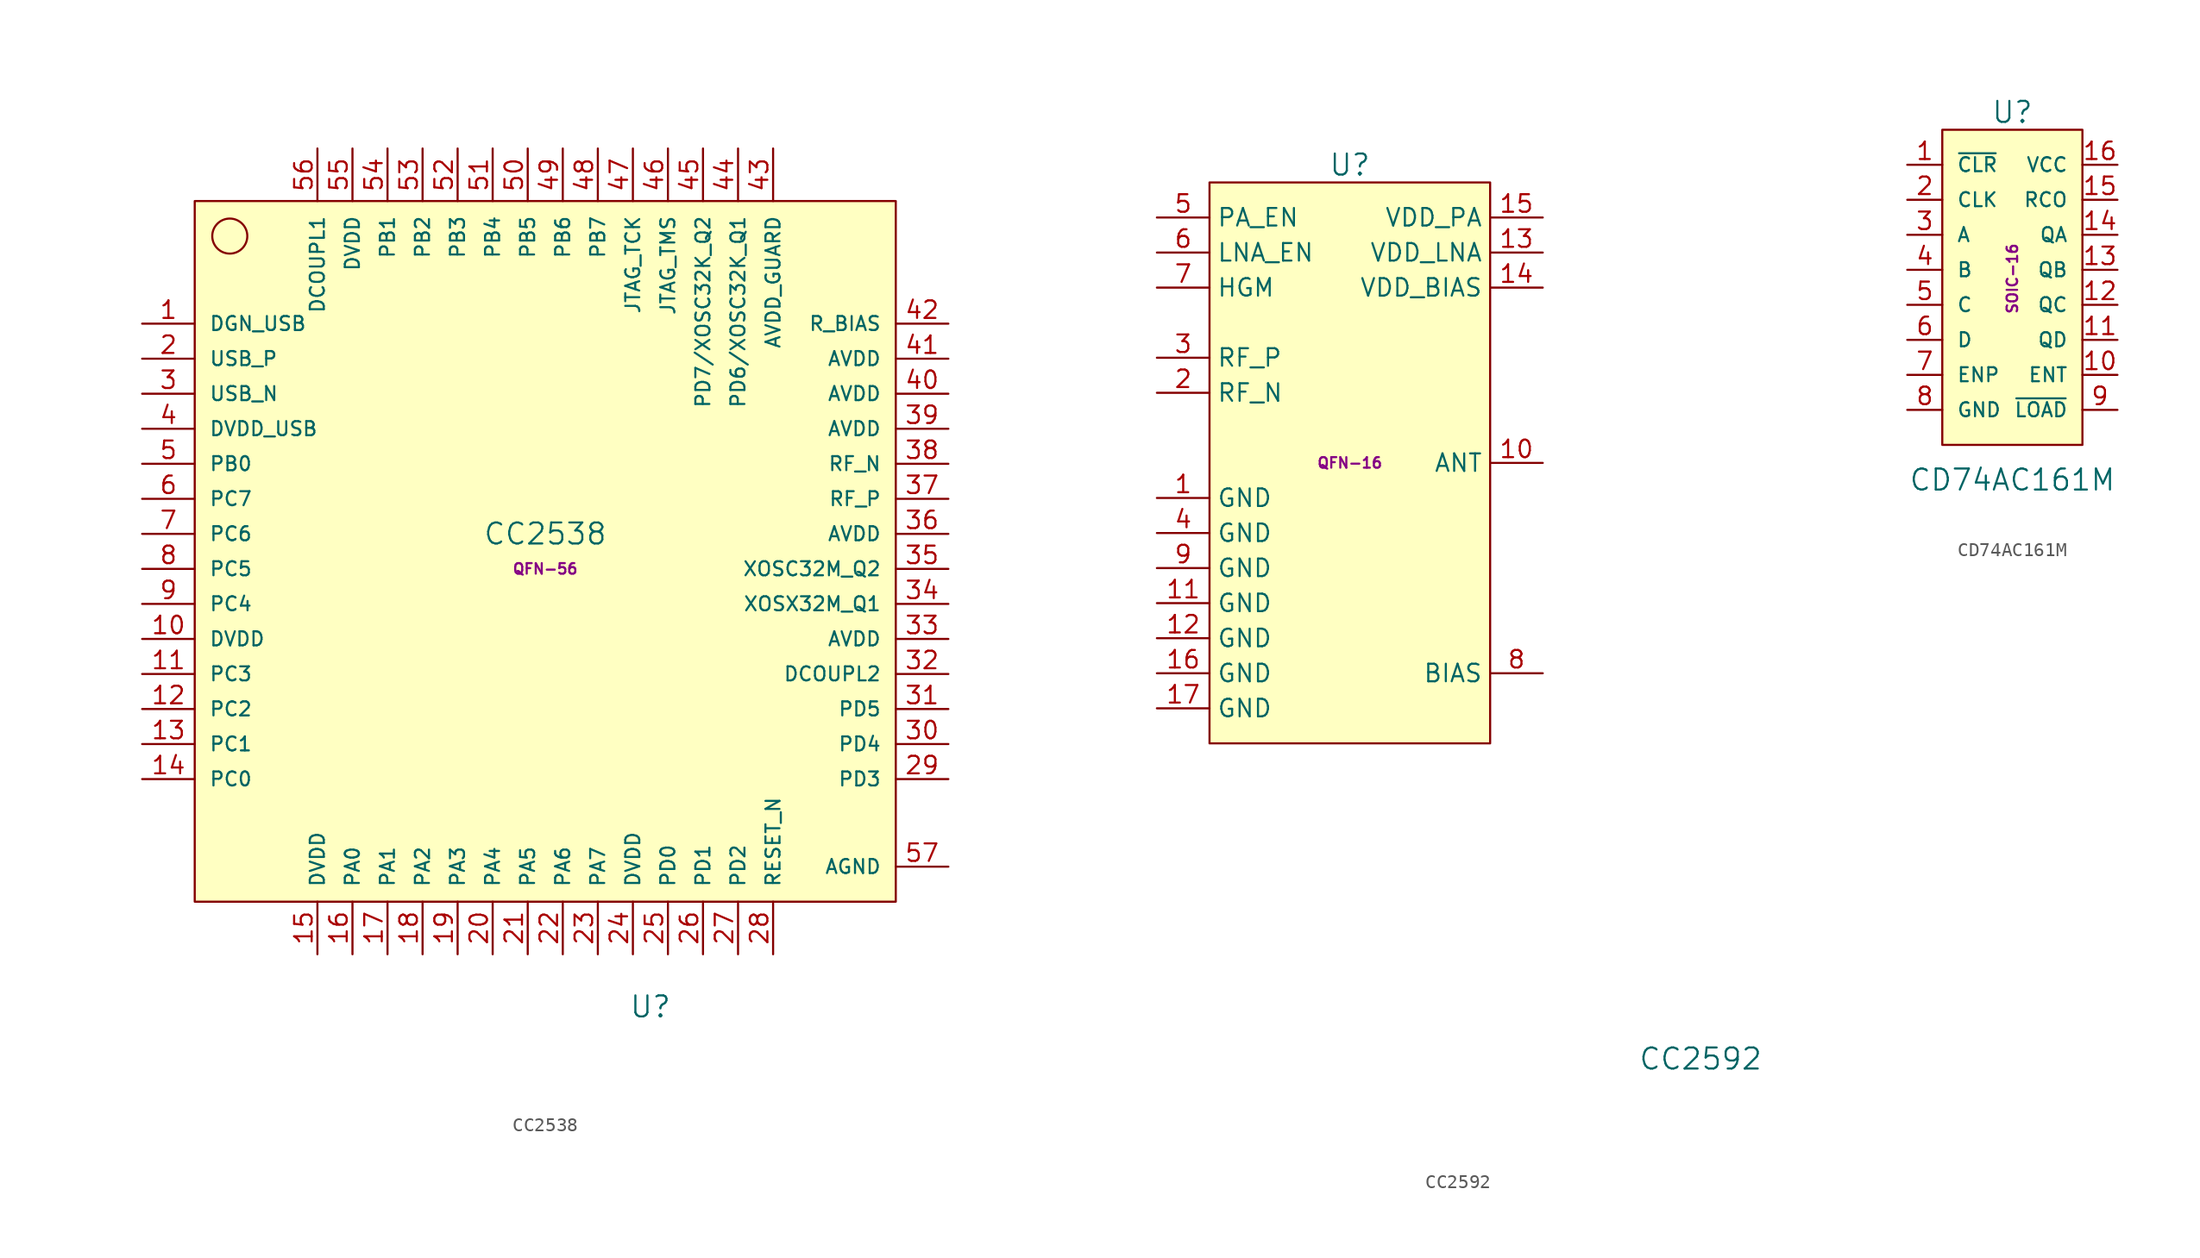
<source format=kicad_sym>
(kicad_symbol_lib
  (version 20220914)
  (generator kicad_symbol_editor)
  (symbol "CC2538"
    (pin_names
      (offset 1.016))
    (property "Reference" "U"
      (at 7.62 -33.02 0)
      (effects (font (size 1.524 1.524))))
    (property "Value" "CC2538"
      (at 0 1.27 0)
      (effects (font (size 1.524 1.524))))
    (property "Footprint" "QFN-56"
      (at 0 -1.27 0)
      (effects (font (size 0.762 0.762))))
    (property "Datasheet" ""
      (at 0 0 0)
      (effects (font (size 1.524 1.524))))
    (symbol "CC2538_0_1"
      (rectangle (start -25.4 25.4) (end 25.4 -25.4) (stroke (width 0) (type default)) (fill (type background)))
      (circle (center -22.86 22.86) (radius 1.27) (stroke (width 0) (type default)) (fill (type none))))
    (symbol "CC2538_1_1"
      (pin input line (at -29.21 16.51 0) (length 3.81) (name "DGN_USB" (effects (font (size 1.016 1.016)))) (number "1" (effects (font (size 1.27 1.27)))))
      (pin input line (at -29.21 -6.35 0) (length 3.81) (name "DVDD" (effects (font (size 1.016 1.016)))) (number "10" (effects (font (size 1.27 1.27)))))
      (pin input line (at -29.21 -8.89 0) (length 3.81) (name "PC3" (effects (font (size 1.016 1.016)))) (number "11" (effects (font (size 1.27 1.27)))))
      (pin input line (at -29.21 -11.43 0) (length 3.81) (name "PC2" (effects (font (size 1.016 1.016)))) (number "12" (effects (font (size 1.27 1.27)))))
      (pin input line (at -29.21 -13.97 0) (length 3.81) (name "PC1" (effects (font (size 1.016 1.016)))) (number "13" (effects (font (size 1.27 1.27)))))
      (pin input line (at -29.21 -16.51 0) (length 3.81) (name "PC0" (effects (font (size 1.016 1.016)))) (number "14" (effects (font (size 1.27 1.27)))))
      (pin input line (at -16.51 -29.21 90) (length 3.81) (name "DVDD" (effects (font (size 1.016 1.016)))) (number "15" (effects (font (size 1.27 1.27)))))
      (pin input line (at -13.97 -29.21 90) (length 3.81) (name "PA0" (effects (font (size 1.016 1.016)))) (number "16" (effects (font (size 1.27 1.27)))))
      (pin input line (at -11.43 -29.21 90) (length 3.81) (name "PA1" (effects (font (size 1.016 1.016)))) (number "17" (effects (font (size 1.27 1.27)))))
      (pin input line (at -8.89 -29.21 90) (length 3.81) (name "PA2" (effects (font (size 1.016 1.016)))) (number "18" (effects (font (size 1.27 1.27)))))
      (pin input line (at -6.35 -29.21 90) (length 3.81) (name "PA3" (effects (font (size 1.016 1.016)))) (number "19" (effects (font (size 1.27 1.27)))))
      (pin input line (at -29.21 13.97 0) (length 3.81) (name "USB_P" (effects (font (size 1.016 1.016)))) (number "2" (effects (font (size 1.27 1.27)))))
      (pin input line (at -3.81 -29.21 90) (length 3.81) (name "PA4" (effects (font (size 1.016 1.016)))) (number "20" (effects (font (size 1.27 1.27)))))
      (pin input line (at -1.27 -29.21 90) (length 3.81) (name "PA5" (effects (font (size 1.016 1.016)))) (number "21" (effects (font (size 1.27 1.27)))))
      (pin input line (at 1.27 -29.21 90) (length 3.81) (name "PA6" (effects (font (size 1.016 1.016)))) (number "22" (effects (font (size 1.27 1.27)))))
      (pin input line (at 3.81 -29.21 90) (length 3.81) (name "PA7" (effects (font (size 1.016 1.016)))) (number "23" (effects (font (size 1.27 1.27)))))
      (pin input line (at 6.35 -29.21 90) (length 3.81) (name "DVDD" (effects (font (size 1.016 1.016)))) (number "24" (effects (font (size 1.27 1.27)))))
      (pin input line (at 8.89 -29.21 90) (length 3.81) (name "PD0" (effects (font (size 1.016 1.016)))) (number "25" (effects (font (size 1.27 1.27)))))
      (pin input line (at 11.43 -29.21 90) (length 3.81) (name "PD1" (effects (font (size 1.016 1.016)))) (number "26" (effects (font (size 1.27 1.27)))))
      (pin input line (at 13.97 -29.21 90) (length 3.81) (name "PD2" (effects (font (size 1.016 1.016)))) (number "27" (effects (font (size 1.27 1.27)))))
      (pin input line (at 16.51 -29.21 90) (length 3.81) (name "RESET_N" (effects (font (size 1.016 1.016)))) (number "28" (effects (font (size 1.27 1.27)))))
      (pin input line (at 29.21 -16.51 180) (length 3.81) (name "PD3" (effects (font (size 1.016 1.016)))) (number "29" (effects (font (size 1.27 1.27)))))
      (pin input line (at -29.21 11.43 0) (length 3.81) (name "USB_N" (effects (font (size 1.016 1.016)))) (number "3" (effects (font (size 1.27 1.27)))))
      (pin input line (at 29.21 -13.97 180) (length 3.81) (name "PD4" (effects (font (size 1.016 1.016)))) (number "30" (effects (font (size 1.27 1.27)))))
      (pin input line (at 29.21 -11.43 180) (length 3.81) (name "PD5" (effects (font (size 1.016 1.016)))) (number "31" (effects (font (size 1.27 1.27)))))
      (pin input line (at 29.21 -8.89 180) (length 3.81) (name "DCOUPL2" (effects (font (size 1.016 1.016)))) (number "32" (effects (font (size 1.27 1.27)))))
      (pin input line (at 29.21 -6.35 180) (length 3.81) (name "AVDD" (effects (font (size 1.016 1.016)))) (number "33" (effects (font (size 1.27 1.27)))))
      (pin input line (at 29.21 -3.81 180) (length 3.81) (name "XOSX32M_Q1" (effects (font (size 1.016 1.016)))) (number "34" (effects (font (size 1.27 1.27)))))
      (pin input line (at 29.21 -1.27 180) (length 3.81) (name "XOSC32M_Q2" (effects (font (size 1.016 1.016)))) (number "35" (effects (font (size 1.27 1.27)))))
      (pin input line (at 29.21 1.27 180) (length 3.81) (name "AVDD" (effects (font (size 1.016 1.016)))) (number "36" (effects (font (size 1.27 1.27)))))
      (pin input line (at 29.21 3.81 180) (length 3.81) (name "RF_P" (effects (font (size 1.016 1.016)))) (number "37" (effects (font (size 1.27 1.27)))))
      (pin input line (at 29.21 6.35 180) (length 3.81) (name "RF_N" (effects (font (size 1.016 1.016)))) (number "38" (effects (font (size 1.27 1.27)))))
      (pin input line (at 29.21 8.89 180) (length 3.81) (name "AVDD" (effects (font (size 1.016 1.016)))) (number "39" (effects (font (size 1.27 1.27)))))
      (pin input line (at -29.21 8.89 0) (length 3.81) (name "DVDD_USB" (effects (font (size 1.016 1.016)))) (number "4" (effects (font (size 1.27 1.27)))))
      (pin input line (at 29.21 11.43 180) (length 3.81) (name "AVDD" (effects (font (size 1.016 1.016)))) (number "40" (effects (font (size 1.27 1.27)))))
      (pin input line (at 29.21 13.97 180) (length 3.81) (name "AVDD" (effects (font (size 1.016 1.016)))) (number "41" (effects (font (size 1.27 1.27)))))
      (pin input line (at 29.21 16.51 180) (length 3.81) (name "R_BIAS" (effects (font (size 1.016 1.016)))) (number "42" (effects (font (size 1.27 1.27)))))
      (pin input line (at 16.51 29.21 270) (length 3.81) (name "AVDD_GUARD" (effects (font (size 1.016 1.016)))) (number "43" (effects (font (size 1.27 1.27)))))
      (pin input line (at 13.97 29.21 270) (length 3.81) (name "PD6/XOSC32K_Q1" (effects (font (size 1.016 1.016)))) (number "44" (effects (font (size 1.27 1.27)))))
      (pin input line (at 11.43 29.21 270) (length 3.81) (name "PD7/XOSC32K_Q2" (effects (font (size 1.016 1.016)))) (number "45" (effects (font (size 1.27 1.27)))))
      (pin input line (at 8.89 29.21 270) (length 3.81) (name "JTAG_TMS" (effects (font (size 1.016 1.016)))) (number "46" (effects (font (size 1.27 1.27)))))
      (pin input line (at 6.35 29.21 270) (length 3.81) (name "JTAG_TCK" (effects (font (size 1.016 1.016)))) (number "47" (effects (font (size 1.27 1.27)))))
      (pin input line (at 3.81 29.21 270) (length 3.81) (name "PB7" (effects (font (size 1.016 1.016)))) (number "48" (effects (font (size 1.27 1.27)))))
      (pin input line (at 1.27 29.21 270) (length 3.81) (name "PB6" (effects (font (size 1.016 1.016)))) (number "49" (effects (font (size 1.27 1.27)))))
      (pin input line (at -29.21 6.35 0) (length 3.81) (name "PB0" (effects (font (size 1.016 1.016)))) (number "5" (effects (font (size 1.27 1.27)))))
      (pin input line (at -1.27 29.21 270) (length 3.81) (name "PB5" (effects (font (size 1.016 1.016)))) (number "50" (effects (font (size 1.27 1.27)))))
      (pin input line (at -3.81 29.21 270) (length 3.81) (name "PB4" (effects (font (size 1.016 1.016)))) (number "51" (effects (font (size 1.27 1.27)))))
      (pin input line (at -6.35 29.21 270) (length 3.81) (name "PB3" (effects (font (size 1.016 1.016)))) (number "52" (effects (font (size 1.27 1.27)))))
      (pin input line (at -8.89 29.21 270) (length 3.81) (name "PB2" (effects (font (size 1.016 1.016)))) (number "53" (effects (font (size 1.27 1.27)))))
      (pin input line (at -11.43 29.21 270) (length 3.81) (name "PB1" (effects (font (size 1.016 1.016)))) (number "54" (effects (font (size 1.27 1.27)))))
      (pin input line (at -13.97 29.21 270) (length 3.81) (name "DVDD" (effects (font (size 1.016 1.016)))) (number "55" (effects (font (size 1.27 1.27)))))
      (pin input line (at -16.51 29.21 270) (length 3.81) (name "DCOUPL1" (effects (font (size 1.016 1.016)))) (number "56" (effects (font (size 1.27 1.27)))))
      (pin input line (at 29.21 -22.86 180) (length 3.81) (name "AGND" (effects (font (size 1.016 1.016)))) (number "57" (effects (font (size 1.27 1.27)))))
      (pin input line (at -29.21 3.81 0) (length 3.81) (name "PC7" (effects (font (size 1.016 1.016)))) (number "6" (effects (font (size 1.27 1.27)))))
      (pin input line (at -29.21 1.27 0) (length 3.81) (name "PC6" (effects (font (size 1.016 1.016)))) (number "7" (effects (font (size 1.27 1.27)))))
      (pin input line (at -29.21 -1.27 0) (length 3.81) (name "PC5" (effects (font (size 1.016 1.016)))) (number "8" (effects (font (size 1.27 1.27)))))
      (pin input line (at -29.21 -3.81 0) (length 3.81) (name "PC4" (effects (font (size 1.016 1.016)))) (number "9" (effects (font (size 1.27 1.27)))))))
  (symbol "CC2592"
    (property "Reference" "U"
      (at 0 21.59 0)
      (effects (font (size 1.524 1.524))))
    (property "Value" "CC2592"
      (at 25.4 -43.18 0)
      (effects (font (size 1.524 1.524))))
    (property "Footprint" "QFN-16"
      (at 0 0 0)
      (effects (font (size 0.762 0.762))))
    (property "Datasheet" ""
      (at 0 0 0)
      (effects (font (size 1.524 1.524))))
    (symbol "CC2592_0_1"
      (polyline (pts (xy -10.16 20.32) (xy -10.16 -20.32) (xy 10.16 -20.32) (xy 10.16 20.32) (xy -10.16 20.32)) (stroke (width 0) (type default)) (fill (type background))))
    (symbol "CC2592_1_1"
      (pin input line (at -13.97 -2.54 0) (length 3.81) (name "GND" (effects (font (size 1.27 1.27)))) (number "1" (effects (font (size 1.27 1.27)))))
      (pin input line (at 13.97 0 180) (length 3.81) (name "ANT" (effects (font (size 1.27 1.27)))) (number "10" (effects (font (size 1.27 1.27)))))
      (pin input line (at -13.97 -10.16 0) (length 3.81) (name "GND" (effects (font (size 1.27 1.27)))) (number "11" (effects (font (size 1.27 1.27)))))
      (pin input line (at -13.97 -12.7 0) (length 3.81) (name "GND" (effects (font (size 1.27 1.27)))) (number "12" (effects (font (size 1.27 1.27)))))
      (pin input line (at 13.97 15.24 180) (length 3.81) (name "VDD_LNA" (effects (font (size 1.27 1.27)))) (number "13" (effects (font (size 1.27 1.27)))))
      (pin input line (at 13.97 12.7 180) (length 3.81) (name "VDD_BIAS" (effects (font (size 1.27 1.27)))) (number "14" (effects (font (size 1.27 1.27)))))
      (pin input line (at 13.97 17.78 180) (length 3.81) (name "VDD_PA" (effects (font (size 1.27 1.27)))) (number "15" (effects (font (size 1.27 1.27)))))
      (pin input line (at -13.97 -15.24 0) (length 3.81) (name "GND" (effects (font (size 1.27 1.27)))) (number "16" (effects (font (size 1.27 1.27)))))
      (pin input line (at -13.97 -17.78 0) (length 3.81) (name "GND" (effects (font (size 1.27 1.27)))) (number "17" (effects (font (size 1.27 1.27)))))
      (pin input line (at -13.97 5.08 0) (length 3.81) (name "RF_N" (effects (font (size 1.27 1.27)))) (number "2" (effects (font (size 1.27 1.27)))))
      (pin input line (at -13.97 7.62 0) (length 3.81) (name "RF_P" (effects (font (size 1.27 1.27)))) (number "3" (effects (font (size 1.27 1.27)))))
      (pin input line (at -13.97 -5.08 0) (length 3.81) (name "GND" (effects (font (size 1.27 1.27)))) (number "4" (effects (font (size 1.27 1.27)))))
      (pin input line (at -13.97 17.78 0) (length 3.81) (name "PA_EN" (effects (font (size 1.27 1.27)))) (number "5" (effects (font (size 1.27 1.27)))))
      (pin input line (at -13.97 15.24 0) (length 3.81) (name "LNA_EN" (effects (font (size 1.27 1.27)))) (number "6" (effects (font (size 1.27 1.27)))))
      (pin input line (at -13.97 12.7 0) (length 3.81) (name "HGM" (effects (font (size 1.27 1.27)))) (number "7" (effects (font (size 1.27 1.27)))))
      (pin input line (at 13.97 -15.24 180) (length 3.81) (name "BIAS" (effects (font (size 1.27 1.27)))) (number "8" (effects (font (size 1.27 1.27)))))
      (pin input line (at -13.97 -7.62 0) (length 3.81) (name "GND" (effects (font (size 1.27 1.27)))) (number "9" (effects (font (size 1.27 1.27)))))))
  (symbol "CD74AC161M"
    (pin_names
      (offset 1.016))
    (property "Reference" "U"
      (at 0 12.7 0)
      (effects (font (size 1.524 1.524))))
    (property "Value" "CD74AC161M"
      (at 0 -13.97 0)
      (effects (font (size 1.524 1.524))))
    (property "Footprint" "SOIC-16"
      (at 0 0.635 90)
      (effects (font (size 0.762 0.762))))
    (property "Datasheet" ""
      (at 0 0 0)
      (effects (font (size 1.524 1.524))))
    (symbol "CD74AC161M_0_1"
      (rectangle (start -5.08 11.43) (end 5.08 -11.43) (stroke (width 0) (type default)) (fill (type background))))
    (symbol "CD74AC161M_1_1"
      (pin bidirectional line (at -7.62 8.89 0) (length 2.54) (name "~{CLR}" (effects (font (size 1.016 1.016)))) (number "1" (effects (font (size 1.27 1.27)))))
      (pin bidirectional line (at 7.62 -6.35 180) (length 2.54) (name "ENT" (effects (font (size 1.016 1.016)))) (number "10" (effects (font (size 1.27 1.27)))))
      (pin bidirectional line (at 7.62 -3.81 180) (length 2.54) (name "QD" (effects (font (size 1.016 1.016)))) (number "11" (effects (font (size 1.27 1.27)))))
      (pin bidirectional line (at 7.62 -1.27 180) (length 2.54) (name "QC" (effects (font (size 1.016 1.016)))) (number "12" (effects (font (size 1.27 1.27)))))
      (pin bidirectional line (at 7.62 1.27 180) (length 2.54) (name "QB" (effects (font (size 1.016 1.016)))) (number "13" (effects (font (size 1.27 1.27)))))
      (pin bidirectional line (at 7.62 3.81 180) (length 2.54) (name "QA" (effects (font (size 1.016 1.016)))) (number "14" (effects (font (size 1.27 1.27)))))
      (pin bidirectional line (at 7.62 6.35 180) (length 2.54) (name "RCO" (effects (font (size 1.016 1.016)))) (number "15" (effects (font (size 1.27 1.27)))))
      (pin bidirectional line (at 7.62 8.89 180) (length 2.54) (name "VCC" (effects (font (size 1.016 1.016)))) (number "16" (effects (font (size 1.27 1.27)))))
      (pin bidirectional line (at -7.62 6.35 0) (length 2.54) (name "CLK" (effects (font (size 1.016 1.016)))) (number "2" (effects (font (size 1.27 1.27)))))
      (pin bidirectional line (at -7.62 3.81 0) (length 2.54) (name "A" (effects (font (size 1.016 1.016)))) (number "3" (effects (font (size 1.27 1.27)))))
      (pin bidirectional line (at -7.62 1.27 0) (length 2.54) (name "B" (effects (font (size 1.016 1.016)))) (number "4" (effects (font (size 1.27 1.27)))))
      (pin bidirectional line (at -7.62 -1.27 0) (length 2.54) (name "C" (effects (font (size 1.016 1.016)))) (number "5" (effects (font (size 1.27 1.27)))))
      (pin bidirectional line (at -7.62 -3.81 0) (length 2.54) (name "D" (effects (font (size 1.016 1.016)))) (number "6" (effects (font (size 1.27 1.27)))))
      (pin bidirectional line (at -7.62 -6.35 0) (length 2.54) (name "ENP" (effects (font (size 1.016 1.016)))) (number "7" (effects (font (size 1.27 1.27)))))
      (pin bidirectional line (at -7.62 -8.89 0) (length 2.54) (name "GND" (effects (font (size 1.016 1.016)))) (number "8" (effects (font (size 1.27 1.27)))))
      (pin bidirectional line (at 7.62 -8.89 180) (length 2.54) (name "~{LOAD}" (effects (font (size 1.016 1.016)))) (number "9" (effects (font (size 1.27 1.27))))))))
</source>
